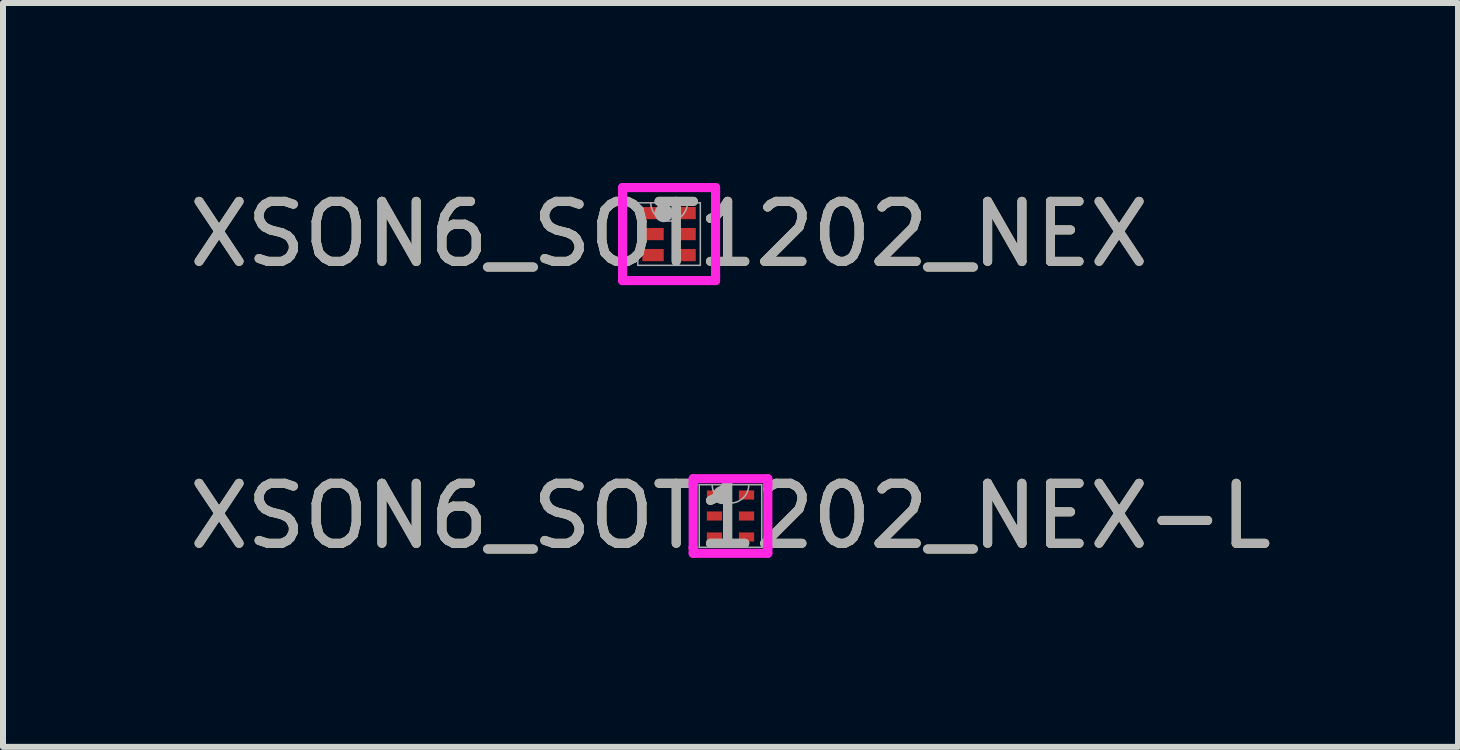
<source format=kicad_pcb>
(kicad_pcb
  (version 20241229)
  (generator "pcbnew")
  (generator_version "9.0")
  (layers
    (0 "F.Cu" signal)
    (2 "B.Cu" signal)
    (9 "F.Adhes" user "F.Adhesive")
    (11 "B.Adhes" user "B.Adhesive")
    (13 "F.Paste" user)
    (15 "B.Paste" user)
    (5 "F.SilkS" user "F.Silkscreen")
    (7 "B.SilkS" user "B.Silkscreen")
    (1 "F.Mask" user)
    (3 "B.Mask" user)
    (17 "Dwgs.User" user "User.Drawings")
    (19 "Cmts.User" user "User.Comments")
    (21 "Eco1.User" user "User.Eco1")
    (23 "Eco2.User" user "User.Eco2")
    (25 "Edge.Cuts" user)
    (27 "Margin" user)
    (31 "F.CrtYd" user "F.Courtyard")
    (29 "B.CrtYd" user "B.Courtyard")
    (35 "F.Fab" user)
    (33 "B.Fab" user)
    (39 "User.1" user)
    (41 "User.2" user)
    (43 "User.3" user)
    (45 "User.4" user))
  (footprint "XSON6_SOT1202_NEX"
    (layer "F.Cu")
    (at 8.101 0.851)
    (property "Reference" "XSON6_SOT1202_NEX" (at 0 0 0) (unlocked yes) (layer "F.SilkS") (effects (font (size 1 1) (thickness 0.15))))
    (attr smd)
    (fp_line (start -0.775 -0.775) (end 0.775 -0.775) (stroke (width 0.152) (type solid)) (layer "F.CrtYd"))
    (fp_line (start -0.775 -0.706) (end -0.775 -0.775) (stroke (width 0.152) (type solid)) (layer "F.CrtYd"))
    (fp_line (start -0.775 -0.706) (end -0.775 -0.706) (stroke (width 0.152) (type solid)) (layer "F.CrtYd"))
    (fp_line (start -0.775 0.706) (end -0.775 -0.706) (stroke (width 0.152) (type solid)) (layer "F.CrtYd"))
    (fp_line (start -0.775 0.706) (end -0.775 0.706) (stroke (width 0.152) (type solid)) (layer "F.CrtYd"))
    (fp_line (start -0.775 0.775) (end -0.775 0.706) (stroke (width 0.152) (type solid)) (layer "F.CrtYd"))
    (fp_line (start 0.775 -0.775) (end 0.775 -0.706) (stroke (width 0.152) (type solid)) (layer "F.CrtYd"))
    (fp_line (start 0.775 -0.706) (end 0.775 -0.706) (stroke (width 0.152) (type solid)) (layer "F.CrtYd"))
    (fp_line (start 0.775 -0.706) (end 0.775 0.706) (stroke (width 0.152) (type solid)) (layer "F.CrtYd"))
    (fp_line (start 0.775 0.706) (end 0.775 0.706) (stroke (width 0.152) (type solid)) (layer "F.CrtYd"))
    (fp_line (start 0.775 0.706) (end 0.775 0.775) (stroke (width 0.152) (type solid)) (layer "F.CrtYd"))
    (fp_line (start 0.775 0.775) (end -0.775 0.775) (stroke (width 0.152) (type solid)) (layer "F.CrtYd"))
    (fp_line (start -0.521 -0.521) (end -0.521 0.521) (stroke (width 0.025) (type solid)) (layer "F.Fab"))
    (fp_line (start -0.521 0.521) (end 0.521 0.521) (stroke (width 0.025) (type solid)) (layer "F.Fab"))
    (fp_line (start 0.521 -0.521) (end -0.521 -0.521) (stroke (width 0.025) (type solid)) (layer "F.Fab"))
    (fp_line (start 0.521 0.521) (end 0.521 -0.521) (stroke (width 0.025) (type solid)) (layer "F.Fab"))
    (fp_arc (start 0.3048 -0.5207) (mid 0 -0.2159) (end -0.3048 -0.5207) (stroke (width 0.0254) (type solid)) (layer "F.Fab"))
    (fp_circle (center -0.089 -0.35) (end -0.089 -0.35) (stroke (width 0.152) (type solid)) (fill no) (layer "F.Fab"))
    (fp_text user "${REFERENCE}" (at 0 0 0) (unlocked yes) (layer "F.Fab") (effects (font (size 1 1) (thickness 0.15))))
    (pad "1" smd rect (at -0.241 -0.35) (size 0.406 0.203) (layers "F.Cu" "F.Mask" "F.Paste"))
    (pad "2" smd rect (at -0.267 0) (size 0.356 0.203) (layers "F.Cu" "F.Mask" "F.Paste"))
    (pad "3" smd rect (at -0.267 0.35) (size 0.356 0.203) (layers "F.Cu" "F.Mask" "F.Paste"))
    (pad "4" smd rect (at 0.267 0.35) (size 0.356 0.203) (layers "F.Cu" "F.Mask" "F.Paste"))
    (pad "5" smd rect (at 0.267 0) (size 0.356 0.203) (layers "F.Cu" "F.Mask" "F.Paste"))
    (pad "6" smd rect (at 0.267 -0.35) (size 0.356 0.203) (layers "F.Cu" "F.Mask" "F.Paste")))
  (footprint "XSON6_SOT1202_NEX-L"
    (layer "F.Cu")
    (at 9.125 5.55)
    (property "Reference" "XSON6_SOT1202_NEX-L" (at 0 0 0) (unlocked yes) (layer "F.SilkS") (effects (font (size 1 1) (thickness 0.15))))
    (attr smd)
    (fp_line (start -0.622 -0.622) (end 0.622 -0.622) (stroke (width 0.152) (type solid)) (layer "F.CrtYd"))
    (fp_line (start -0.622 -0.528) (end -0.622 -0.622) (stroke (width 0.152) (type solid)) (layer "F.CrtYd"))
    (fp_line (start -0.622 -0.528) (end -0.622 -0.528) (stroke (width 0.152) (type solid)) (layer "F.CrtYd"))
    (fp_line (start -0.622 0.528) (end -0.622 -0.528) (stroke (width 0.152) (type solid)) (layer "F.CrtYd"))
    (fp_line (start -0.622 0.528) (end -0.622 0.528) (stroke (width 0.152) (type solid)) (layer "F.CrtYd"))
    (fp_line (start -0.622 0.622) (end -0.622 0.528) (stroke (width 0.152) (type solid)) (layer "F.CrtYd"))
    (fp_line (start 0.622 -0.622) (end 0.622 -0.528) (stroke (width 0.152) (type solid)) (layer "F.CrtYd"))
    (fp_line (start 0.622 -0.528) (end 0.622 -0.528) (stroke (width 0.152) (type solid)) (layer "F.CrtYd"))
    (fp_line (start 0.622 -0.528) (end 0.622 0.528) (stroke (width 0.152) (type solid)) (layer "F.CrtYd"))
    (fp_line (start 0.622 0.528) (end 0.622 0.528) (stroke (width 0.152) (type solid)) (layer "F.CrtYd"))
    (fp_line (start 0.622 0.528) (end 0.622 0.622) (stroke (width 0.152) (type solid)) (layer "F.CrtYd"))
    (fp_line (start 0.622 0.622) (end -0.622 0.622) (stroke (width 0.152) (type solid)) (layer "F.CrtYd"))
    (fp_line (start -0.521 -0.521) (end -0.521 0.521) (stroke (width 0.025) (type solid)) (layer "F.Fab"))
    (fp_line (start -0.521 0.521) (end 0.521 0.521) (stroke (width 0.025) (type solid)) (layer "F.Fab"))
    (fp_line (start 0.521 -0.521) (end -0.521 -0.521) (stroke (width 0.025) (type solid)) (layer "F.Fab"))
    (fp_line (start 0.521 0.521) (end 0.521 -0.521) (stroke (width 0.025) (type solid)) (layer "F.Fab"))
    (fp_arc (start 0.3048 -0.5207) (mid 0 -0.2159) (end -0.3048 -0.5207) (stroke (width 0.0254) (type solid)) (layer "F.Fab"))
    (fp_circle (center -0.14 -0.35) (end -0.064 -0.35) (stroke (width 0.152) (type solid)) (fill no) (layer "F.Fab"))
    (fp_text user "${REFERENCE}" (at 0 0 0) (unlocked yes) (layer "F.Fab") (effects (font (size 1 1) (thickness 0.15))))
    (pad "1" smd rect (at -0.241 -0.35) (size 0.305 0.152) (layers "F.Cu" "F.Mask" "F.Paste"))
    (pad "2" smd rect (at -0.267 0) (size 0.254 0.152) (layers "F.Cu" "F.Mask" "F.Paste"))
    (pad "3" smd rect (at -0.267 0.35) (size 0.254 0.152) (layers "F.Cu" "F.Mask" "F.Paste"))
    (pad "4" smd rect (at 0.267 0.35) (size 0.254 0.152) (layers "F.Cu" "F.Mask" "F.Paste"))
    (pad "5" smd rect (at 0.267 0) (size 0.254 0.152) (layers "F.Cu" "F.Mask" "F.Paste"))
    (pad "6" smd rect (at 0.267 -0.35) (size 0.254 0.152) (layers "F.Cu" "F.Mask" "F.Paste")))
  (gr_rect
    (start -3 -3)
    (end 21.25 9.398)
    (stroke (width 0.1) (type default))
    (fill no)
    (layer "Edge.Cuts")))
</source>
